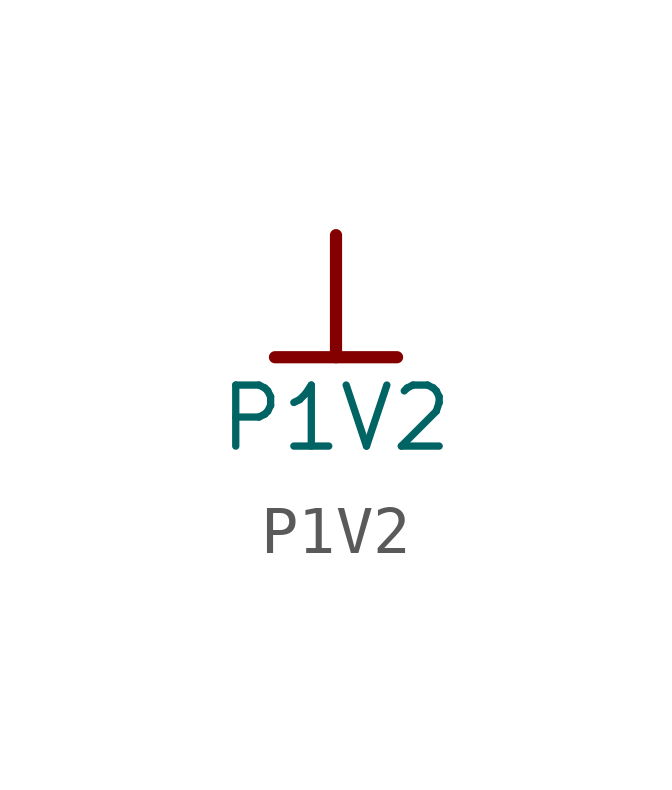
<source format=kicad_sym>
(kicad_symbol_lib
  (version 20231120)
  (generator "kicad_symbol_editor")
  (generator_version "8.0")
  (symbol "P1V2"
    (power)
    (property "Reference" "#PWR0587"
      (at 0 0 0)
      (effects (font (size 1.27 1.27)) (hide yes)))
    (property "Value" "P1V2"
      (at 0 -3.81 0)
      (effects (font (size 1.27 1.27))))
    (symbol "P1V2_0_0"
      (polyline (pts (xy -1.27 -2.54) (xy 1.27 -2.54)) (stroke (width 0.254) (type solid)) (fill (type none)))
      (polyline (pts (xy 0 0) (xy 0 -2.54)) (stroke (width 0.254) (type solid)) (fill (type none)))
      (pin power_in line (at 0 0 0) (length 0) hide (name "P1V2" (effects (font (size 1.27 1.27)))) (number "" (effects (font (size 1.27 1.27))))))))
</source>
